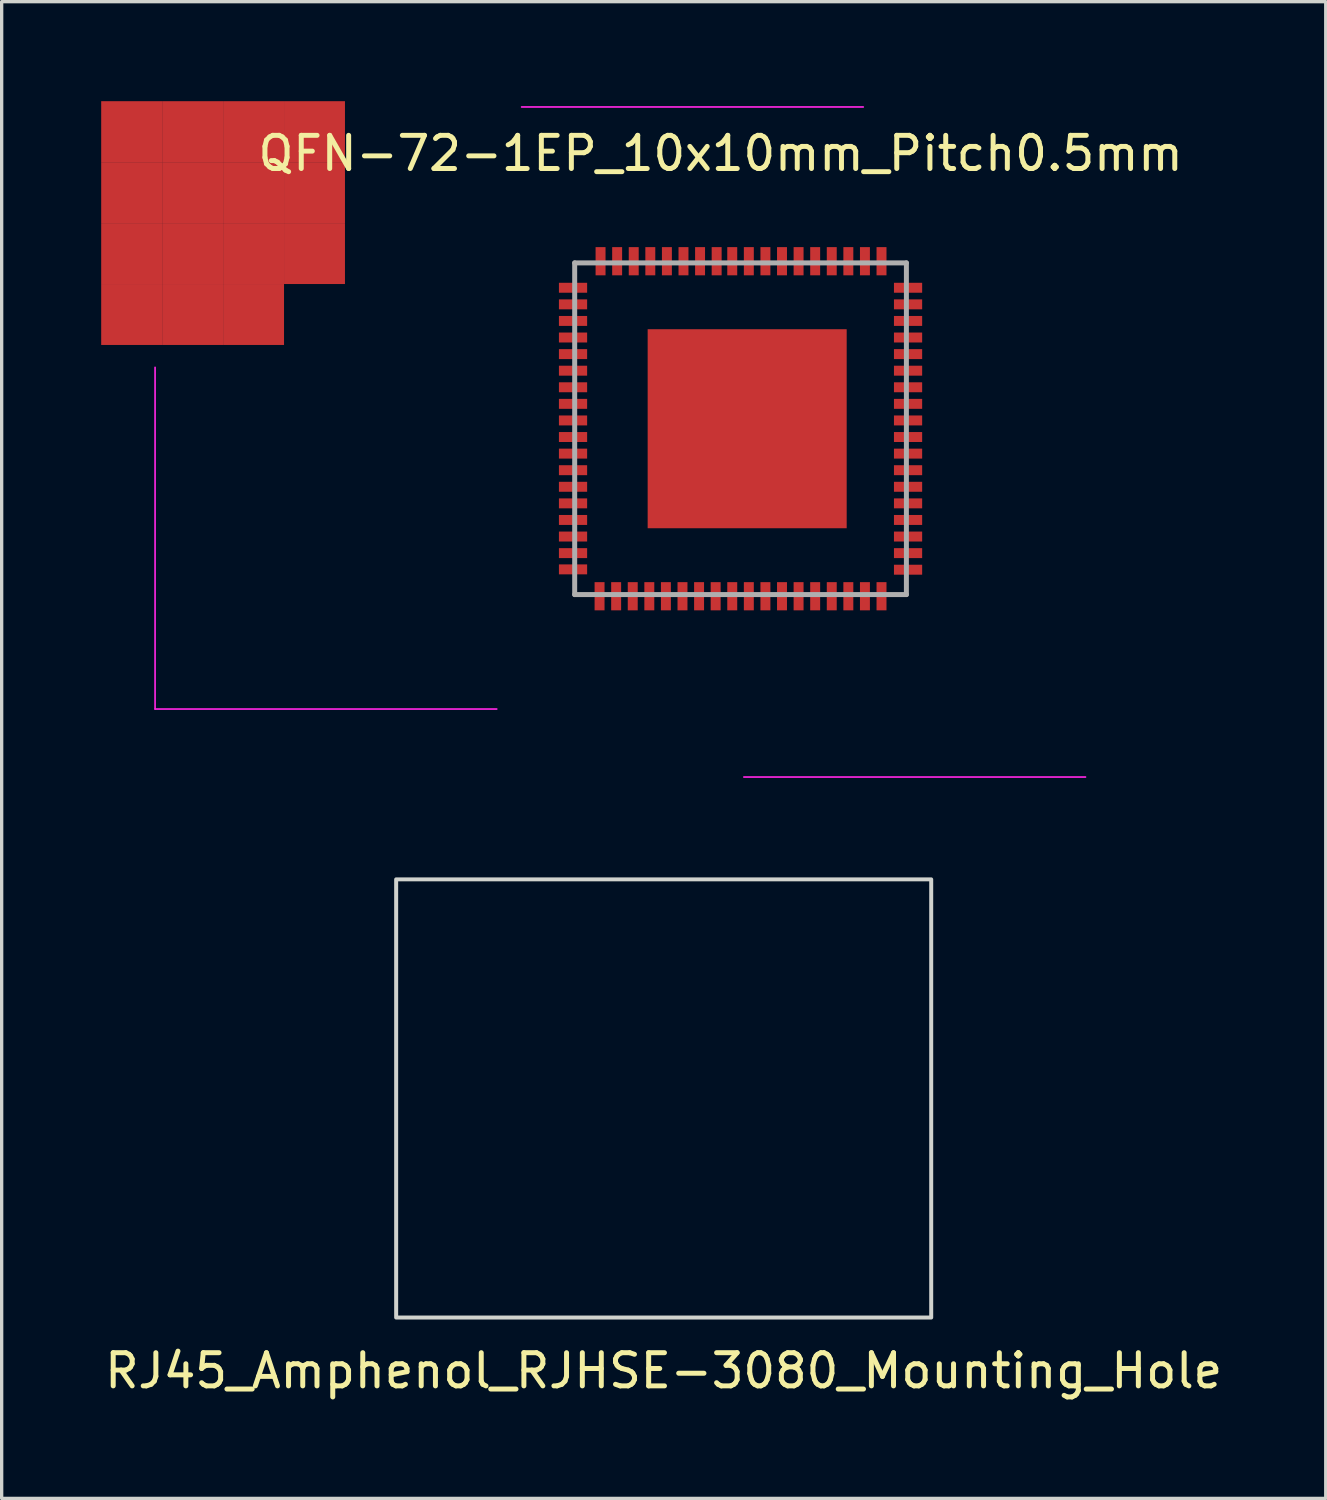
<source format=kicad_pcb>
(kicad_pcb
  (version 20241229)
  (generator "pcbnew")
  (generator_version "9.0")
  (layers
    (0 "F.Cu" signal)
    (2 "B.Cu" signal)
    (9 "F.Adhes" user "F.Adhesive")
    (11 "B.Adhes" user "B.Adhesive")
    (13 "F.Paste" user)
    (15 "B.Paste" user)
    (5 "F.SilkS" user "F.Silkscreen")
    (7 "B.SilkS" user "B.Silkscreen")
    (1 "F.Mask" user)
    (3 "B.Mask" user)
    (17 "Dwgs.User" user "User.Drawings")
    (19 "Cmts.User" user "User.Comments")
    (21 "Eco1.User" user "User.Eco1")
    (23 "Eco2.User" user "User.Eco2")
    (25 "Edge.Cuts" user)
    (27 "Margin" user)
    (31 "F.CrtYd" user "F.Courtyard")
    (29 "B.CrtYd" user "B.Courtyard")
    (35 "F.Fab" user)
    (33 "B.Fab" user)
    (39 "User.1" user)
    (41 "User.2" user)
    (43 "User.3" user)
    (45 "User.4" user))
  (footprint "QFN-72-1EP_10x10mm_Pitch0.5mm"
    (layer "F.Cu")
    (at 18.475 9.575)
    (property "Reference" "QFN-72-1EP_10x10mm_Pitch0.5mm" (at 0.2 -8 0) (layer "F.SilkS") (effects (font (size 1 1) (thickness 0.15))))
    (attr smd)
    (fp_line (start -16.85 -1.55) (end -16.85 8.75) (stroke (width 0.05) (type solid)) (layer "F.CrtYd"))
    (fp_line (start -16.85 8.75) (end -6.55 8.75) (stroke (width 0.05) (type solid)) (layer "F.CrtYd"))
    (fp_line (start -5.8 -9.4) (end 4.5 -9.4) (stroke (width 0.05) (type solid)) (layer "F.CrtYd"))
    (fp_line (start 11.2 10.8) (end 0.9 10.8) (stroke (width 0.05) (type solid)) (layer "F.CrtYd"))
    (fp_line (start -4.2 -4.7) (end 5.8 -4.7) (stroke (width 0.15) (type solid)) (layer "F.Fab"))
    (fp_line (start -4.2 5.3) (end -4.2 -4.7) (stroke (width 0.15) (type solid)) (layer "F.Fab"))
    (fp_line (start -4.2 5.3) (end 5.8 5.3) (stroke (width 0.15) (type solid)) (layer "F.Fab"))
    (fp_line (start 5.8 5.3) (end 5.8 -4.7) (stroke (width 0.15) (type solid)) (layer "F.Fab"))
    (pad "1" smd rect (at -4.25 -3.95) (size 0.85 0.3) (layers "F.Cu" "F.Mask" "F.Paste"))
    (pad "2" smd rect (at -4.25 -3.45) (size 0.85 0.3) (layers "F.Cu" "F.Mask" "F.Paste"))
    (pad "3" smd rect (at -4.25 -2.95) (size 0.85 0.3) (layers "F.Cu" "F.Mask" "F.Paste"))
    (pad "4" smd rect (at -4.25 -2.45) (size 0.85 0.3) (layers "F.Cu" "F.Mask" "F.Paste"))
    (pad "5" smd rect (at -4.25 -1.95) (size 0.85 0.3) (layers "F.Cu" "F.Mask" "F.Paste"))
    (pad "6" smd rect (at -4.25 -1.45) (size 0.85 0.3) (layers "F.Cu" "F.Mask" "F.Paste"))
    (pad "7" smd rect (at -4.25 -0.95) (size 0.85 0.3) (layers "F.Cu" "F.Mask" "F.Paste"))
    (pad "8" smd rect (at -4.25 -0.45) (size 0.85 0.3) (layers "F.Cu" "F.Mask" "F.Paste"))
    (pad "9" smd rect (at -4.25 0.05) (size 0.85 0.3) (layers "F.Cu" "F.Mask" "F.Paste"))
    (pad "10" smd rect (at -4.25 0.55) (size 0.85 0.3) (layers "F.Cu" "F.Mask" "F.Paste"))
    (pad "11" smd rect (at -4.25 1.05) (size 0.85 0.3) (layers "F.Cu" "F.Mask" "F.Paste"))
    (pad "12" smd rect (at -4.25 1.55) (size 0.85 0.3) (layers "F.Cu" "F.Mask" "F.Paste"))
    (pad "13" smd rect (at -4.25 2.05) (size 0.85 0.3) (layers "F.Cu" "F.Mask" "F.Paste"))
    (pad "14" smd rect (at -4.25 2.55) (size 0.85 0.3) (layers "F.Cu" "F.Mask" "F.Paste"))
    (pad "15" smd rect (at -4.25 3.05) (size 0.85 0.3) (layers "F.Cu" "F.Mask" "F.Paste"))
    (pad "16" smd rect (at -4.25 3.55) (size 0.85 0.3) (layers "F.Cu" "F.Mask" "F.Paste"))
    (pad "17" smd rect (at -4.25 4.05 180) (size 0.85 0.3) (layers "F.Cu" "F.Mask" "F.Paste"))
    (pad "18" smd rect (at -4.25 4.54 180) (size 0.85 0.3) (layers "F.Cu" "F.Mask" "F.Paste"))
    (pad "19" smd rect (at -3.45 5.35 90) (size 0.85 0.3) (layers "F.Cu" "F.Mask" "F.Paste"))
    (pad "20" smd rect (at -2.95 5.35 90) (size 0.85 0.3) (layers "F.Cu" "F.Mask" "F.Paste"))
    (pad "21" smd rect (at -2.45 5.35 90) (size 0.85 0.3) (layers "F.Cu" "F.Mask" "F.Paste"))
    (pad "22" smd rect (at -1.95 5.35 90) (size 0.85 0.3) (layers "F.Cu" "F.Mask" "F.Paste"))
    (pad "23" smd rect (at -1.45 5.35 90) (size 0.85 0.3) (layers "F.Cu" "F.Mask" "F.Paste"))
    (pad "24" smd rect (at -0.95 5.35 90) (size 0.85 0.3) (layers "F.Cu" "F.Mask" "F.Paste"))
    (pad "25" smd rect (at -0.45 5.35 90) (size 0.85 0.3) (layers "F.Cu" "F.Mask" "F.Paste"))
    (pad "26" smd rect (at 0.05 5.35 90) (size 0.85 0.3) (layers "F.Cu" "F.Mask" "F.Paste"))
    (pad "27" smd rect (at 0.55 5.35 90) (size 0.85 0.3) (layers "F.Cu" "F.Mask" "F.Paste"))
    (pad "28" smd rect (at 1.05 5.35 90) (size 0.85 0.3) (layers "F.Cu" "F.Mask" "F.Paste"))
    (pad "29" smd rect (at 1.55 5.35 90) (size 0.85 0.3) (layers "F.Cu" "F.Mask" "F.Paste"))
    (pad "30" smd rect (at 2.05 5.35 90) (size 0.85 0.3) (layers "F.Cu" "F.Mask" "F.Paste"))
    (pad "31" smd rect (at 2.55 5.35 90) (size 0.85 0.3) (layers "F.Cu" "F.Mask" "F.Paste"))
    (pad "32" smd rect (at 3.05 5.35 90) (size 0.85 0.3) (layers "F.Cu" "F.Mask" "F.Paste"))
    (pad "33" smd rect (at 3.55 5.35 270) (size 0.85 0.3) (layers "F.Cu" "F.Mask" "F.Paste"))
    (pad "34" smd rect (at 4.05 5.35 270) (size 0.85 0.3) (layers "F.Cu" "F.Mask" "F.Paste"))
    (pad "35" smd rect (at 4.55 5.35 270) (size 0.85 0.3) (layers "F.Cu" "F.Mask" "F.Paste"))
    (pad "36" smd rect (at 5.05 5.35 270) (size 0.85 0.3) (layers "F.Cu" "F.Mask" "F.Paste"))
    (pad "37" smd rect (at 5.85 4.55) (size 0.85 0.3) (layers "F.Cu" "F.Mask" "F.Paste"))
    (pad "38" smd rect (at 5.85 4.05) (size 0.85 0.3) (layers "F.Cu" "F.Mask" "F.Paste"))
    (pad "39" smd rect (at 5.85 3.55) (size 0.85 0.3) (layers "F.Cu" "F.Mask" "F.Paste"))
    (pad "40" smd rect (at 5.85 3.05) (size 0.85 0.3) (layers "F.Cu" "F.Mask" "F.Paste"))
    (pad "41" smd rect (at 5.85 2.55) (size 0.85 0.3) (layers "F.Cu" "F.Mask" "F.Paste"))
    (pad "42" smd rect (at 5.85 2.05) (size 0.85 0.3) (layers "F.Cu" "F.Mask" "F.Paste"))
    (pad "43" smd rect (at 5.85 1.55) (size 0.85 0.3) (layers "F.Cu" "F.Mask" "F.Paste"))
    (pad "44" smd rect (at 5.85 1.05) (size 0.85 0.3) (layers "F.Cu" "F.Mask" "F.Paste"))
    (pad "45" smd rect (at 5.85 0.55) (size 0.85 0.3) (layers "F.Cu" "F.Mask" "F.Paste"))
    (pad "46" smd rect (at 5.85 0.05) (size 0.85 0.3) (layers "F.Cu" "F.Mask" "F.Paste"))
    (pad "47" smd rect (at 5.85 -0.45) (size 0.85 0.3) (layers "F.Cu" "F.Mask" "F.Paste"))
    (pad "48" smd rect (at 5.85 -0.95) (size 0.85 0.3) (layers "F.Cu" "F.Mask" "F.Paste"))
    (pad "49" smd rect (at 5.85 -1.45) (size 0.85 0.3) (layers "F.Cu" "F.Mask" "F.Paste"))
    (pad "50" smd rect (at 5.85 -1.95) (size 0.85 0.3) (layers "F.Cu" "F.Mask" "F.Paste"))
    (pad "51" smd rect (at 5.85 -2.45) (size 0.85 0.3) (layers "F.Cu" "F.Mask" "F.Paste"))
    (pad "52" smd rect (at 5.85 -2.95) (size 0.85 0.3) (layers "F.Cu" "F.Mask" "F.Paste"))
    (pad "53" smd rect (at 5.85 -3.45) (size 0.85 0.3) (layers "F.Cu" "F.Mask" "F.Paste"))
    (pad "54" smd rect (at 5.85 -3.95) (size 0.85 0.3) (layers "F.Cu" "F.Mask" "F.Paste"))
    (pad "55" smd rect (at 5.05 -4.75 90) (size 0.85 0.3) (layers "F.Cu" "F.Mask" "F.Paste"))
    (pad "56" smd rect (at 4.55 -4.75 90) (size 0.85 0.3) (layers "F.Cu" "F.Mask" "F.Paste"))
    (pad "57" smd rect (at 4.05 -4.75 90) (size 0.85 0.3) (layers "F.Cu" "F.Mask" "F.Paste"))
    (pad "58" smd rect (at 3.55 -4.75 90) (size 0.85 0.3) (layers "F.Cu" "F.Mask" "F.Paste"))
    (pad "59" smd rect (at 3.05 -4.75 90) (size 0.85 0.3) (layers "F.Cu" "F.Mask" "F.Paste"))
    (pad "60" smd rect (at 2.55 -4.75 90) (size 0.85 0.3) (layers "F.Cu" "F.Mask" "F.Paste"))
    (pad "61" smd rect (at 2.05 -4.75 90) (size 0.85 0.3) (layers "F.Cu" "F.Mask" "F.Paste"))
    (pad "62" smd rect (at 1.55 -4.75 90) (size 0.85 0.3) (layers "F.Cu" "F.Mask" "F.Paste"))
    (pad "63" smd rect (at 1.05 -4.75 90) (size 0.85 0.3) (layers "F.Cu" "F.Mask" "F.Paste"))
    (pad "64" smd rect (at 0.55 -4.75 90) (size 0.85 0.3) (layers "F.Cu" "F.Mask" "F.Paste"))
    (pad "65" smd rect (at 0.08 -4.75 270) (size 0.85 0.3) (layers "F.Cu" "F.Mask" "F.Paste"))
    (pad "66" smd rect (at -0.42 -4.75 270) (size 0.85 0.3) (layers "F.Cu" "F.Mask" "F.Paste"))
    (pad "67" smd rect (at -0.92 -4.75 270) (size 0.85 0.3) (layers "F.Cu" "F.Mask" "F.Paste"))
    (pad "68" smd rect (at -1.42 -4.75 270) (size 0.85 0.3) (layers "F.Cu" "F.Mask" "F.Paste"))
    (pad "69" smd rect (at -1.92 -4.75 270) (size 0.85 0.3) (layers "F.Cu" "F.Mask" "F.Paste"))
    (pad "70" smd rect (at -2.42 -4.75 270) (size 0.85 0.3) (layers "F.Cu" "F.Mask" "F.Paste"))
    (pad "71" smd rect (at -2.92 -4.75 270) (size 0.85 0.3) (layers "F.Cu" "F.Mask" "F.Paste"))
    (pad "72" smd rect (at -3.42 -4.75 270) (size 0.85 0.3) (layers "F.Cu" "F.Mask" "F.Paste"))
    (pad "73" smd rect (at -17.556 -8.656) (size 1.837 1.837) (layers "F.Cu" "F.Mask" "F.Paste"))
    (pad "73" smd rect (at -17.556 -6.819) (size 1.837 1.837) (layers "F.Cu" "F.Mask" "F.Paste"))
    (pad "73" smd rect (at -17.556 -4.981) (size 1.837 1.837) (layers "F.Cu" "F.Mask" "F.Paste"))
    (pad "73" smd rect (at -17.556 -3.144) (size 1.837 1.837) (layers "F.Cu" "F.Mask" "F.Paste"))
    (pad "73" smd rect (at -15.719 -8.656) (size 1.837 1.837) (layers "F.Cu" "F.Mask" "F.Paste"))
    (pad "73" smd rect (at -15.719 -6.819) (size 1.837 1.837) (layers "F.Cu" "F.Mask" "F.Paste"))
    (pad "73" smd rect (at -15.719 -4.981) (size 1.837 1.837) (layers "F.Cu" "F.Mask" "F.Paste"))
    (pad "73" smd rect (at -15.719 -3.144) (size 1.837 1.837) (layers "F.Cu" "F.Mask" "F.Paste"))
    (pad "73" smd rect (at -13.881 -8.656) (size 1.837 1.837) (layers "F.Cu" "F.Mask" "F.Paste"))
    (pad "73" smd rect (at -13.881 -6.819) (size 1.837 1.837) (layers "F.Cu" "F.Mask" "F.Paste"))
    (pad "73" smd rect (at -13.881 -4.981) (size 1.837 1.837) (layers "F.Cu" "F.Mask" "F.Paste"))
    (pad "73" smd rect (at -13.881 -3.144) (size 1.837 1.837) (layers "F.Cu" "F.Mask" "F.Paste"))
    (pad "73" smd rect (at -12.044 -8.656) (size 1.837 1.837) (layers "F.Cu" "F.Mask" "F.Paste"))
    (pad "73" smd rect (at -12.044 -6.819) (size 1.837 1.837) (layers "F.Cu" "F.Mask" "F.Paste"))
    (pad "73" smd rect (at -12.044 -4.981) (size 1.837 1.837) (layers "F.Cu" "F.Mask" "F.Paste"))
    (pad "73" smd rect (at 1 0.3) (size 6 6) (layers "F.Cu" "F.Mask" "F.Paste")))
  (footprint "RJ45_Amphenol_RJHSE-3080_Mounting_Hole"
    (layer "F.Cu")
    (at 16.958 30.065)
    (property "Reference" "RJ45_Amphenol_RJHSE-3080_Mounting_Hole" (at 0 8.21 0) (layer "F.SilkS") (effects (font (size 1 1) (thickness 0.15))))
    (attr through_hole)
    (fp_rect (start -8.065 -6.605) (end 8.065 6.605) (stroke (width 0.12) (type solid)) (fill no) (layer "Edge.Cuts")))
  (gr_rect
    (start -3 -3)
    (end 36.917 42.123)
    (stroke (width 0.1) (type default))
    (fill no)
    (layer "Edge.Cuts")))
</source>
